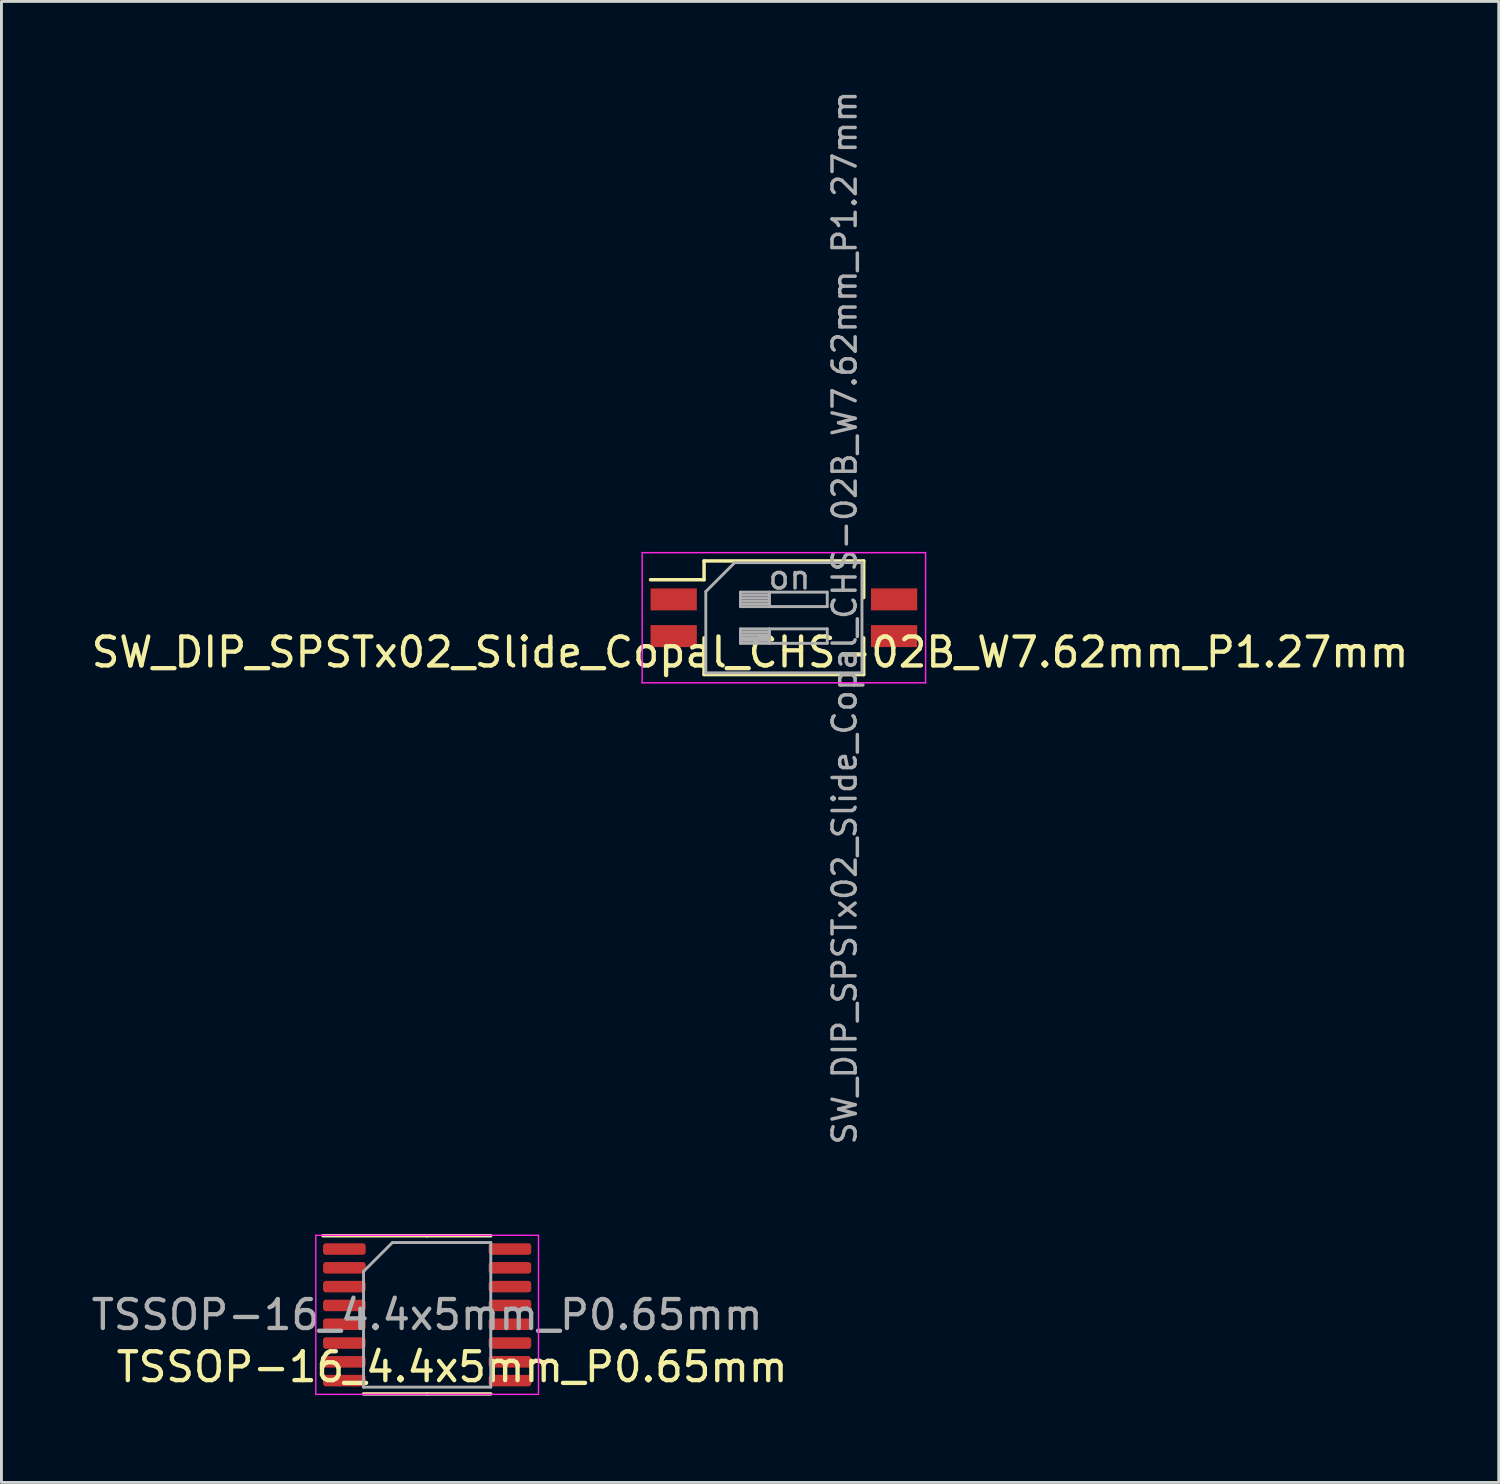
<source format=kicad_pcb>
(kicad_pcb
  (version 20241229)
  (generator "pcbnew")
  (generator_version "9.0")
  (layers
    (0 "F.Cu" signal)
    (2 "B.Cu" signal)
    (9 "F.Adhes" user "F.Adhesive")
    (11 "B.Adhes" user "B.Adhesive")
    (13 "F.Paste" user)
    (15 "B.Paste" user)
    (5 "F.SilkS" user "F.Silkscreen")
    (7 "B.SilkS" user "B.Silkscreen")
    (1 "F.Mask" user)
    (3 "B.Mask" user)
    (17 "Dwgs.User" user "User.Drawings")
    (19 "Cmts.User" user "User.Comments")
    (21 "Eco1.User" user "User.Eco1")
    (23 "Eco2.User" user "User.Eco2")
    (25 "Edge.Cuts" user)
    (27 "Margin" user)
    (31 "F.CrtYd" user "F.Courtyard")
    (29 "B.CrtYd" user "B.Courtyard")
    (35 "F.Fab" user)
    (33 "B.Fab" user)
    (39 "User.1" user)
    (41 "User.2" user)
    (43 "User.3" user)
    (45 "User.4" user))
  (footprint "TSSOP-16_4.4x5mm_P0.65mm"
    (layer "F.Cu")
    (at 11.72 42.414)
    (property "Reference" "TSSOP-16_4.4x5mm_P0.65mm" (at 0.864 1.803 0) (layer "F.SilkS") (effects (font (size 1 1) (thickness 0.15))))
    (attr smd)
    (fp_line (start 0 -2.735) (end -3.6 -2.735) (stroke (width 0.12) (type solid)) (layer "F.SilkS"))
    (fp_line (start 0 -2.735) (end 2.2 -2.735) (stroke (width 0.12) (type solid)) (layer "F.SilkS"))
    (fp_line (start 0 2.735) (end -2.2 2.735) (stroke (width 0.12) (type solid)) (layer "F.SilkS"))
    (fp_line (start 0 2.735) (end 2.2 2.735) (stroke (width 0.12) (type solid)) (layer "F.SilkS"))
    (fp_line (start -3.85 -2.75) (end -3.85 2.75) (stroke (width 0.05) (type solid)) (layer "F.CrtYd"))
    (fp_line (start -3.85 2.75) (end 3.85 2.75) (stroke (width 0.05) (type solid)) (layer "F.CrtYd"))
    (fp_line (start 3.85 -2.75) (end -3.85 -2.75) (stroke (width 0.05) (type solid)) (layer "F.CrtYd"))
    (fp_line (start 3.85 2.75) (end 3.85 -2.75) (stroke (width 0.05) (type solid)) (layer "F.CrtYd"))
    (fp_line (start -2.2 -1.5) (end -1.2 -2.5) (stroke (width 0.1) (type solid)) (layer "F.Fab"))
    (fp_line (start -2.2 2.5) (end -2.2 -1.5) (stroke (width 0.1) (type solid)) (layer "F.Fab"))
    (fp_line (start -1.2 -2.5) (end 2.2 -2.5) (stroke (width 0.1) (type solid)) (layer "F.Fab"))
    (fp_line (start 2.2 -2.5) (end 2.2 2.5) (stroke (width 0.1) (type solid)) (layer "F.Fab"))
    (fp_line (start 2.2 2.5) (end -2.2 2.5) (stroke (width 0.1) (type solid)) (layer "F.Fab"))
    (fp_text user "${REFERENCE}" (at 0 0 0) (layer "F.Fab") (effects (font (size 1 1) (thickness 0.15))))
    (pad "1" smd roundrect (at -2.862 -2.275) (size 1.475 0.4) (layers "F.Cu" "F.Mask" "F.Paste") (roundrect_rratio 0.25))
    (pad "2" smd roundrect (at -2.862 -1.625) (size 1.475 0.4) (layers "F.Cu" "F.Mask" "F.Paste") (roundrect_rratio 0.25))
    (pad "3" smd roundrect (at -2.862 -0.975) (size 1.475 0.4) (layers "F.Cu" "F.Mask" "F.Paste") (roundrect_rratio 0.25))
    (pad "4" smd roundrect (at -2.862 -0.325) (size 1.475 0.4) (layers "F.Cu" "F.Mask" "F.Paste") (roundrect_rratio 0.25))
    (pad "5" smd roundrect (at -2.862 0.325) (size 1.475 0.4) (layers "F.Cu" "F.Mask" "F.Paste") (roundrect_rratio 0.25))
    (pad "6" smd roundrect (at -2.862 0.975) (size 1.475 0.4) (layers "F.Cu" "F.Mask" "F.Paste") (roundrect_rratio 0.25))
    (pad "7" smd roundrect (at -2.862 1.625) (size 1.475 0.4) (layers "F.Cu" "F.Mask" "F.Paste") (roundrect_rratio 0.25))
    (pad "8" smd roundrect (at -2.862 2.275) (size 1.475 0.4) (layers "F.Cu" "F.Mask" "F.Paste") (roundrect_rratio 0.25))
    (pad "9" smd roundrect (at 2.862 2.275) (size 1.475 0.4) (layers "F.Cu" "F.Mask" "F.Paste") (roundrect_rratio 0.25))
    (pad "10" smd roundrect (at 2.862 1.625) (size 1.475 0.4) (layers "F.Cu" "F.Mask" "F.Paste") (roundrect_rratio 0.25))
    (pad "11" smd roundrect (at 2.862 0.975) (size 1.475 0.4) (layers "F.Cu" "F.Mask" "F.Paste") (roundrect_rratio 0.25))
    (pad "12" smd roundrect (at 2.862 0.325) (size 1.475 0.4) (layers "F.Cu" "F.Mask" "F.Paste") (roundrect_rratio 0.25))
    (pad "13" smd roundrect (at 2.862 -0.325) (size 1.475 0.4) (layers "F.Cu" "F.Mask" "F.Paste") (roundrect_rratio 0.25))
    (pad "14" smd roundrect (at 2.862 -0.975) (size 1.475 0.4) (layers "F.Cu" "F.Mask" "F.Paste") (roundrect_rratio 0.25))
    (pad "15" smd roundrect (at 2.862 -1.625) (size 1.475 0.4) (layers "F.Cu" "F.Mask" "F.Paste") (roundrect_rratio 0.25))
    (pad "16" smd roundrect (at 2.862 -2.275) (size 1.475 0.4) (layers "F.Cu" "F.Mask" "F.Paste") (roundrect_rratio 0.25)))
  (footprint "SW_DIP_SPSTx02_Slide_Copal_CHS-02B_W7.62mm_P1.27mm"
    (layer "F.Cu")
    (at 24.055 18.31)
    (property "Reference" "SW_DIP_SPSTx02_Slide_Copal_CHS-02B_W7.62mm_P1.27mm" (at -1.168 1.194 180) (layer "F.SilkS") (effects (font (size 1 1) (thickness 0.15))))
    (attr smd)
    (fp_line (start -4.61 -1.315) (end -2.76 -1.315) (stroke (width 0.12) (type solid)) (layer "F.SilkS"))
    (fp_line (start -2.76 -1.965) (end -2.76 -1.315) (stroke (width 0.12) (type solid)) (layer "F.SilkS"))
    (fp_line (start -2.76 -1.965) (end 2.76 -1.965) (stroke (width 0.12) (type solid)) (layer "F.SilkS"))
    (fp_line (start -2.76 0.695) (end -2.76 1.965) (stroke (width 0.12) (type solid)) (layer "F.SilkS"))
    (fp_line (start -2.76 1.965) (end 2.76 1.965) (stroke (width 0.12) (type solid)) (layer "F.SilkS"))
    (fp_line (start 2.76 -1.965) (end 2.76 -0.696) (stroke (width 0.12) (type solid)) (layer "F.SilkS"))
    (fp_line (start 2.76 0.695) (end 2.76 1.965) (stroke (width 0.12) (type solid)) (layer "F.SilkS"))
    (fp_line (start -4.9 -2.25) (end -4.9 2.25) (stroke (width 0.05) (type solid)) (layer "F.CrtYd"))
    (fp_line (start -4.9 2.25) (end 4.9 2.25) (stroke (width 0.05) (type solid)) (layer "F.CrtYd"))
    (fp_line (start 4.9 -2.25) (end -4.9 -2.25) (stroke (width 0.05) (type solid)) (layer "F.CrtYd"))
    (fp_line (start 4.9 2.25) (end 4.9 -2.25) (stroke (width 0.05) (type solid)) (layer "F.CrtYd"))
    (fp_line (start -2.7 -0.905) (end -1.7 -1.905) (stroke (width 0.1) (type solid)) (layer "F.Fab"))
    (fp_line (start -2.7 1.905) (end -2.7 -0.905) (stroke (width 0.1) (type solid)) (layer "F.Fab"))
    (fp_line (start -1.7 -1.905) (end 2.7 -1.905) (stroke (width 0.1) (type solid)) (layer "F.Fab"))
    (fp_line (start -1.5 -0.885) (end -1.5 -0.385) (stroke (width 0.1) (type solid)) (layer "F.Fab"))
    (fp_line (start -1.5 -0.785) (end -0.5 -0.785) (stroke (width 0.1) (type solid)) (layer "F.Fab"))
    (fp_line (start -1.5 -0.685) (end -0.5 -0.685) (stroke (width 0.1) (type solid)) (layer "F.Fab"))
    (fp_line (start -1.5 -0.585) (end -0.5 -0.585) (stroke (width 0.1) (type solid)) (layer "F.Fab"))
    (fp_line (start -1.5 -0.485) (end -0.5 -0.485) (stroke (width 0.1) (type solid)) (layer "F.Fab"))
    (fp_line (start -1.5 -0.385) (end 1.5 -0.385) (stroke (width 0.1) (type solid)) (layer "F.Fab"))
    (fp_line (start -1.5 0.385) (end -1.5 0.885) (stroke (width 0.1) (type solid)) (layer "F.Fab"))
    (fp_line (start -1.5 0.485) (end -0.5 0.485) (stroke (width 0.1) (type solid)) (layer "F.Fab"))
    (fp_line (start -1.5 0.585) (end -0.5 0.585) (stroke (width 0.1) (type solid)) (layer "F.Fab"))
    (fp_line (start -1.5 0.685) (end -0.5 0.685) (stroke (width 0.1) (type solid)) (layer "F.Fab"))
    (fp_line (start -1.5 0.785) (end -0.5 0.785) (stroke (width 0.1) (type solid)) (layer "F.Fab"))
    (fp_line (start -1.5 0.885) (end 1.5 0.885) (stroke (width 0.1) (type solid)) (layer "F.Fab"))
    (fp_line (start -0.5 -0.885) (end -0.5 -0.385) (stroke (width 0.1) (type solid)) (layer "F.Fab"))
    (fp_line (start -0.5 0.385) (end -0.5 0.885) (stroke (width 0.1) (type solid)) (layer "F.Fab"))
    (fp_line (start 1.5 -0.885) (end -1.5 -0.885) (stroke (width 0.1) (type solid)) (layer "F.Fab"))
    (fp_line (start 1.5 -0.385) (end 1.5 -0.885) (stroke (width 0.1) (type solid)) (layer "F.Fab"))
    (fp_line (start 1.5 0.385) (end -1.5 0.385) (stroke (width 0.1) (type solid)) (layer "F.Fab"))
    (fp_line (start 1.5 0.885) (end 1.5 0.385) (stroke (width 0.1) (type solid)) (layer "F.Fab"))
    (fp_line (start 2.7 -1.905) (end 2.7 1.905) (stroke (width 0.1) (type solid)) (layer "F.Fab"))
    (fp_line (start 2.7 1.905) (end -2.7 1.905) (stroke (width 0.1) (type solid)) (layer "F.Fab"))
    (fp_text user "on" (at 0.195 -1.395 180) (layer "F.Fab") (effects (font (size 0.8 0.8) (thickness 0.12))))
    (fp_text user "${REFERENCE}" (at 2.1 0 90) (layer "F.Fab") (effects (font (size 0.8 0.8) (thickness 0.12))))
    (pad "1" smd rect (at -3.81 -0.635) (size 1.6 0.76) (layers "F.Cu" "F.Mask" "F.Paste"))
    (pad "2" smd rect (at -3.81 0.635) (size 1.6 0.76) (layers "F.Cu" "F.Mask" "F.Paste"))
    (pad "3" smd rect (at 3.81 0.635) (size 1.6 0.76) (layers "F.Cu" "F.Mask" "F.Paste"))
    (pad "4" smd rect (at 3.81 -0.635) (size 1.6 0.76) (layers "F.Cu" "F.Mask" "F.Paste")))
  (gr_rect
    (start -3 -3)
    (end 48.774 48.209)
    (stroke (width 0.1) (type default))
    (fill no)
    (layer "Edge.Cuts")))
</source>
